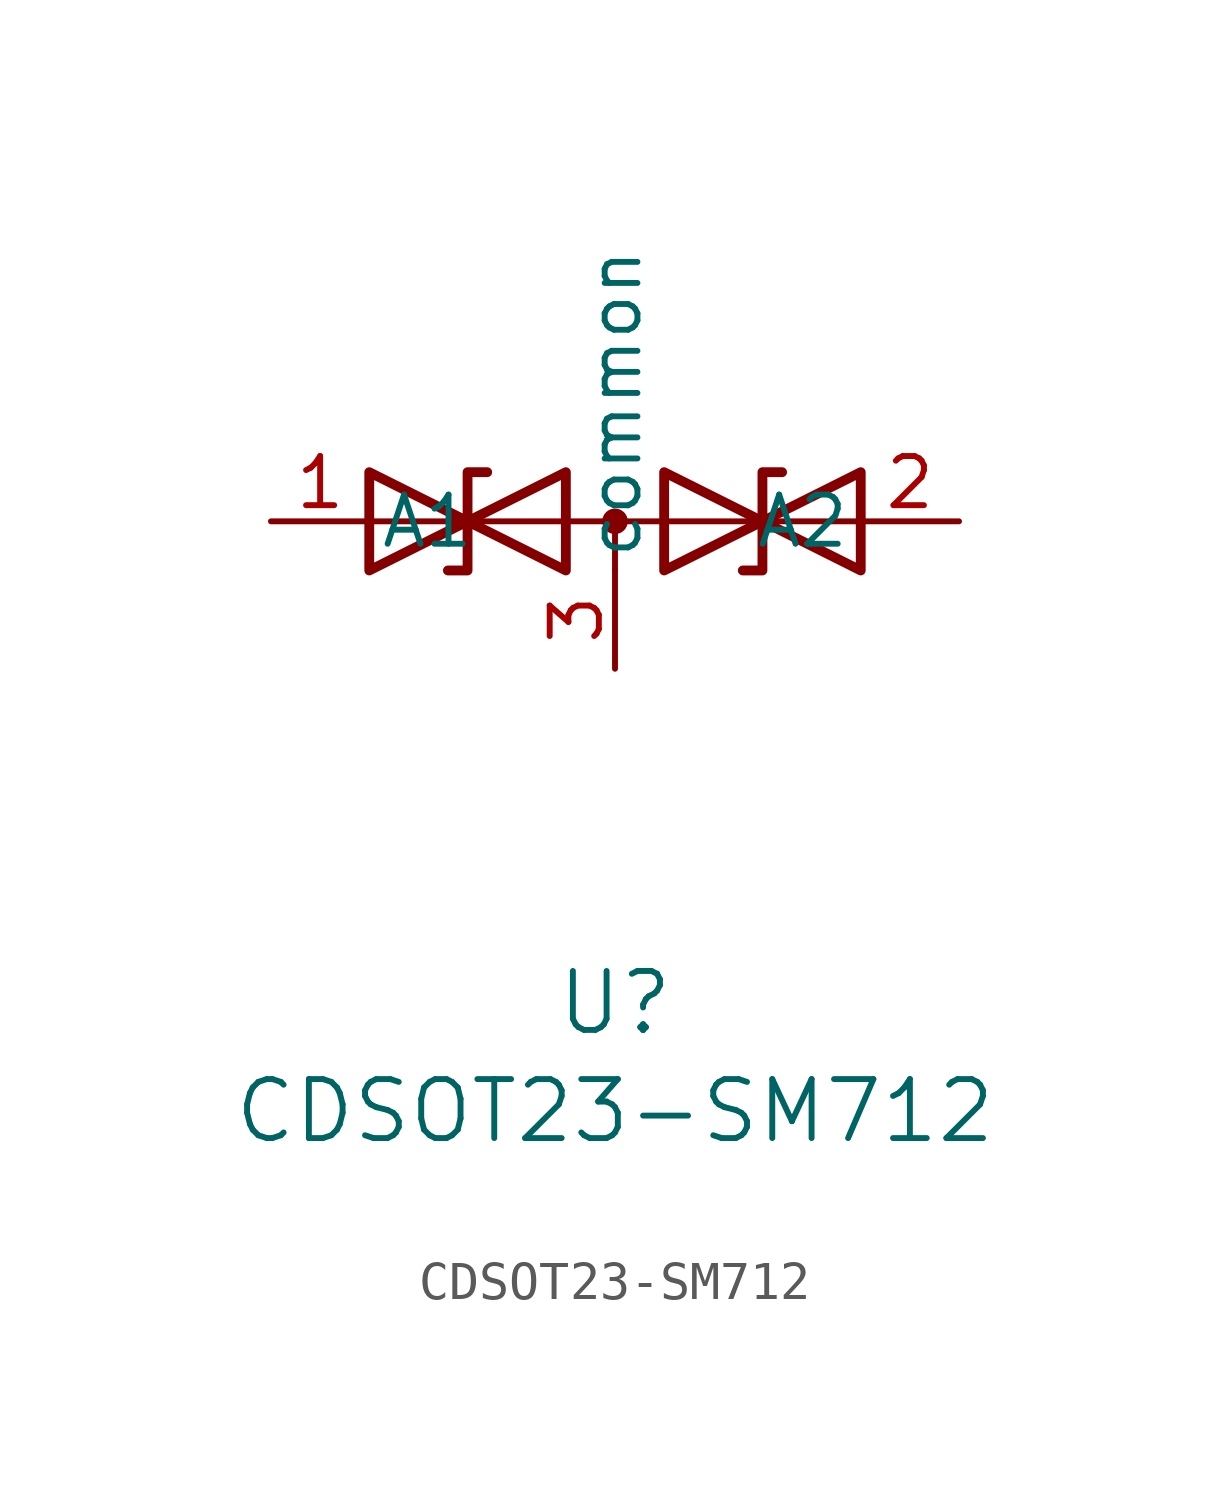
<source format=kicad_sym>
(kicad_symbol_lib
  (version 20241209)
  (generator "kicad_symbol_editor")
  (generator_version "9.0")
  (symbol "CDSOT23-SM712"
    (pin_names
      (offset 0.254))
    (property "Reference" "U"
      (at 0 -12.446 0)
      (effects (font (size 1.524 1.524))))
    (property "Value" "CDSOT23-SM712"
      (at 0 -15.24 0)
      (effects (font (size 1.524 1.524))))
    (property "ki_locked" ""
      (at 0 0 0)
      (effects (font (size 1.27 1.27))))
    (symbol "CDSOT23-SM712_0_0"
      (polyline (pts (xy 0 -1.27) (xy 0 0)) (stroke (width 0) (type default)) (fill (type none))))
    (symbol "CDSOT23-SM712_0_1"
      (polyline (pts (xy -6.35 1.27) (xy -1.27 -1.27) (xy -1.27 1.27) (xy -6.35 -1.27) (xy -6.35 1.27)) (stroke (width 0.254) (type default)) (fill (type none)))
      (polyline (pts (xy -6.35 0) (xy 6.35 0)) (stroke (width 0) (type default)) (fill (type none)))
      (polyline (pts (xy -3.302 1.27) (xy -3.81 1.27) (xy -3.81 -1.27) (xy -4.318 -1.27)) (stroke (width 0.254) (type default)) (fill (type none)))
      (circle (center 0 0) (radius 0.254) (stroke (width 0) (type default)) (fill (type outline)))
      (polyline (pts (xy 4.318 1.27) (xy 3.81 1.27) (xy 3.81 -1.27) (xy 3.302 -1.27)) (stroke (width 0.254) (type default)) (fill (type none)))
      (polyline (pts (xy 6.35 1.27) (xy 1.27 -1.27) (xy 1.27 1.27) (xy 6.35 -1.27) (xy 6.35 1.27)) (stroke (width 0.254) (type default)) (fill (type none))))
    (symbol "CDSOT23-SM712_1_1"
      (pin passive line (at -8.89 0 0) (length 2.54) (name "A1" (effects (font (size 1.27 1.27)))) (number "1" (effects (font (size 1.27 1.27)))))
      (pin passive line (at 0 -3.81 90) (length 2.54) (name "common" (effects (font (size 1.27 1.27)))) (number "3" (effects (font (size 1.27 1.27)))))
      (pin passive line (at 8.89 0 180) (length 2.54) (name "A2" (effects (font (size 1.27 1.27)))) (number "2" (effects (font (size 1.27 1.27))))))))
</source>
